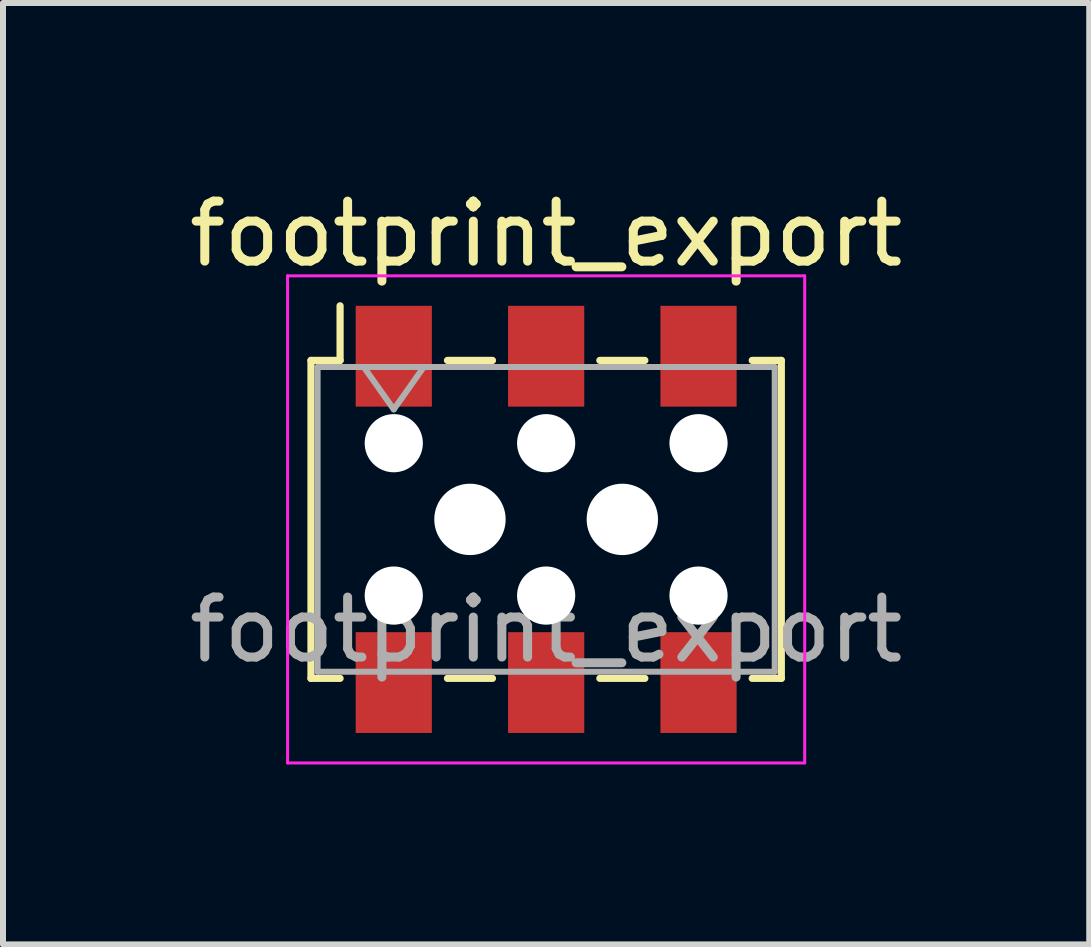
<source format=kicad_pcb>
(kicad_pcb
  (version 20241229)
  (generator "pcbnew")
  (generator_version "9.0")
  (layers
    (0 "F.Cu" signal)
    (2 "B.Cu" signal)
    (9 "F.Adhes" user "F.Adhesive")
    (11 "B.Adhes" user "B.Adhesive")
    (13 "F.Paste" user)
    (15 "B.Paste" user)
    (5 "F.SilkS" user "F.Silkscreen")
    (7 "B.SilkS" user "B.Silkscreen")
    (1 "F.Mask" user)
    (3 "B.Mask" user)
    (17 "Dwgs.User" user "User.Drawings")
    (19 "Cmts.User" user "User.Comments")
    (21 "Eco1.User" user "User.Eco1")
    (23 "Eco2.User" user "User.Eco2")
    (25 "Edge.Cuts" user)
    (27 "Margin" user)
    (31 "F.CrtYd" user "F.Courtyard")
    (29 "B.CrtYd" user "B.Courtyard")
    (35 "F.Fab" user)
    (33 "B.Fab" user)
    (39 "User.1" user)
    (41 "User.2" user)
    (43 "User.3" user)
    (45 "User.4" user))
  (footprint "footprint_export"
    (layer "F.Cu")
    (at 6.054 5.608)
    (property "Reference" "footprint_export" (at 0 -4.76 0) (layer "F.SilkS") (effects (font (size 1 1) (thickness 0.15))))
    (attr smd)
    (fp_line (start -3.92 -2.65) (end -3.92 2.65) (stroke (width 0.12) (type solid)) (layer "F.SilkS"))
    (fp_line (start -3.92 2.65) (end -3.435 2.65) (stroke (width 0.12) (type solid)) (layer "F.SilkS"))
    (fp_line (start -3.435 -3.56) (end -3.435 -2.65) (stroke (width 0.12) (type solid)) (layer "F.SilkS"))
    (fp_line (start -3.435 -2.65) (end -3.92 -2.65) (stroke (width 0.12) (type solid)) (layer "F.SilkS"))
    (fp_line (start -1.645 -2.65) (end -0.895 -2.65) (stroke (width 0.12) (type solid)) (layer "F.SilkS"))
    (fp_line (start -1.645 2.65) (end -0.895 2.65) (stroke (width 0.12) (type solid)) (layer "F.SilkS"))
    (fp_line (start 0.895 -2.65) (end 1.645 -2.65) (stroke (width 0.12) (type solid)) (layer "F.SilkS"))
    (fp_line (start 0.895 2.65) (end 1.645 2.65) (stroke (width 0.12) (type solid)) (layer "F.SilkS"))
    (fp_line (start 3.435 -2.65) (end 3.92 -2.65) (stroke (width 0.12) (type solid)) (layer "F.SilkS"))
    (fp_line (start 3.92 -2.65) (end 3.92 2.65) (stroke (width 0.12) (type solid)) (layer "F.SilkS"))
    (fp_line (start 3.92 2.65) (end 3.435 2.65) (stroke (width 0.12) (type solid)) (layer "F.SilkS"))
    (fp_line (start -4.31 -4.06) (end 4.31 -4.06) (stroke (width 0.05) (type solid)) (layer "F.CrtYd"))
    (fp_line (start -4.31 4.06) (end -4.31 -4.06) (stroke (width 0.05) (type solid)) (layer "F.CrtYd"))
    (fp_line (start 4.31 -4.06) (end 4.31 4.06) (stroke (width 0.05) (type solid)) (layer "F.CrtYd"))
    (fp_line (start 4.31 4.06) (end -4.31 4.06) (stroke (width 0.05) (type solid)) (layer "F.CrtYd"))
    (fp_line (start -3.81 -2.54) (end 3.81 -2.54) (stroke (width 0.1) (type solid)) (layer "F.Fab"))
    (fp_line (start -3.81 2.54) (end -3.81 -2.54) (stroke (width 0.1) (type solid)) (layer "F.Fab"))
    (fp_line (start -3.04 -2.54) (end -2.54 -1.833) (stroke (width 0.1) (type solid)) (layer "F.Fab"))
    (fp_line (start -2.54 -1.833) (end -2.04 -2.54) (stroke (width 0.1) (type solid)) (layer "F.Fab"))
    (fp_line (start 3.81 -2.54) (end 3.81 2.54) (stroke (width 0.1) (type solid)) (layer "F.Fab"))
    (fp_line (start 3.81 2.54) (end -3.81 2.54) (stroke (width 0.1) (type solid)) (layer "F.Fab"))
    (fp_text user "${REFERENCE}" (at 0 1.84 0) (layer "F.Fab") (effects (font (size 1 1) (thickness 0.15))))
    (pad "" np_thru_hole circle (at -2.54 -1.27) (size 0.97 0.97) (drill 0.97) (layers "*.Cu" "*.Mask"))
    (pad "" np_thru_hole circle (at -2.54 1.27) (size 0.97 0.97) (drill 0.97) (layers "*.Cu" "*.Mask"))
    (pad "" np_thru_hole circle (at -1.27 0) (size 1.19 1.19) (drill 1.19) (layers "*.Cu" "*.Mask"))
    (pad "" np_thru_hole circle (at 0 -1.27) (size 0.97 0.97) (drill 0.97) (layers "*.Cu" "*.Mask"))
    (pad "" np_thru_hole circle (at 0 1.27) (size 0.97 0.97) (drill 0.97) (layers "*.Cu" "*.Mask"))
    (pad "" np_thru_hole circle (at 1.27 0) (size 1.19 1.19) (drill 1.19) (layers "*.Cu" "*.Mask"))
    (pad "" np_thru_hole circle (at 2.54 -1.27) (size 0.97 0.97) (drill 0.97) (layers "*.Cu" "*.Mask"))
    (pad "" np_thru_hole circle (at 2.54 1.27) (size 0.97 0.97) (drill 0.97) (layers "*.Cu" "*.Mask"))
    (pad "1" smd rect (at -2.54 -2.72) (size 1.27 1.68) (layers "F.Cu" "F.Mask" "F.Paste"))
    (pad "2" smd rect (at -2.54 2.72) (size 1.27 1.68) (layers "F.Cu" "F.Mask" "F.Paste"))
    (pad "3" smd rect (at 0 -2.72) (size 1.27 1.68) (layers "F.Cu" "F.Mask" "F.Paste"))
    (pad "4" smd rect (at 0 2.72) (size 1.27 1.68) (layers "F.Cu" "F.Mask" "F.Paste"))
    (pad "5" smd rect (at 2.54 -2.72) (size 1.27 1.68) (layers "F.Cu" "F.Mask" "F.Paste"))
    (pad "6" smd rect (at 2.54 2.72) (size 1.27 1.68) (layers "F.Cu" "F.Mask" "F.Paste")))
  (gr_rect
    (start -3 -3)
    (end 15.107 12.693)
    (stroke (width 0.1) (type default))
    (fill no)
    (layer "Edge.Cuts")))
</source>
